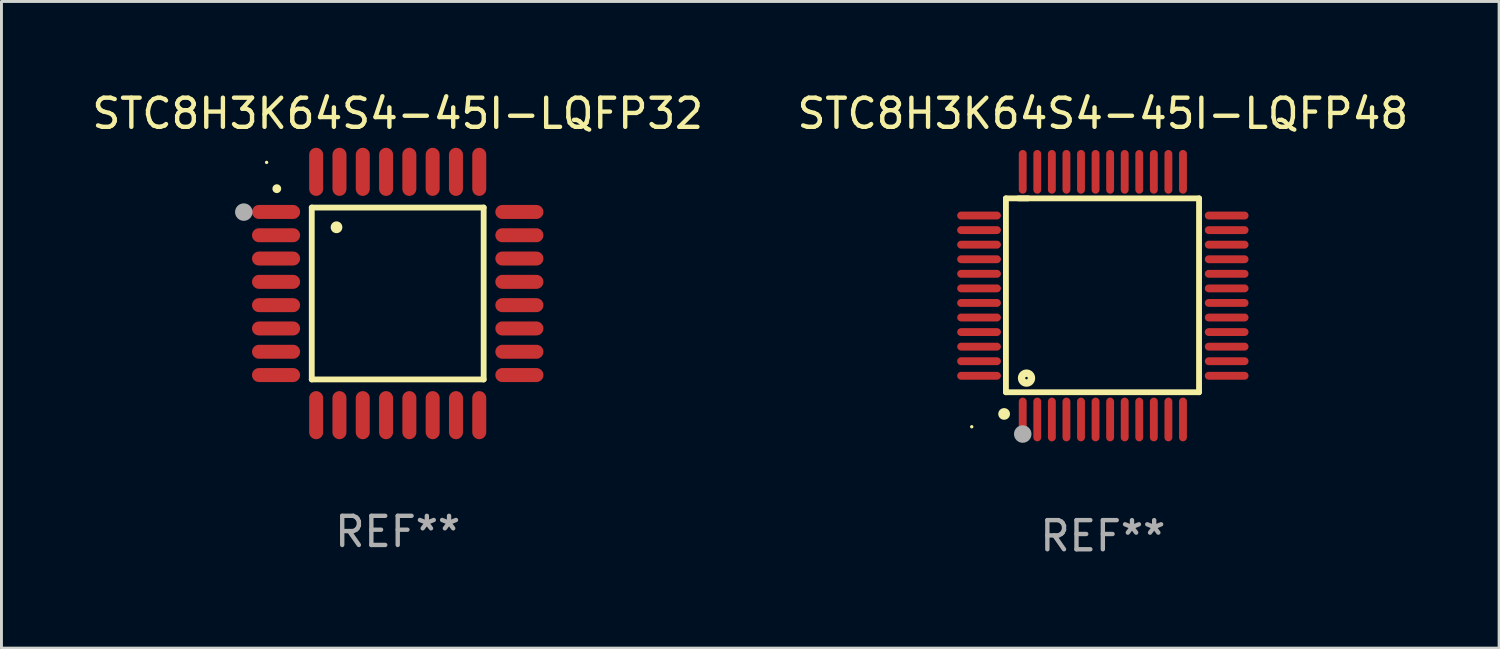
<source format=kicad_pcb>
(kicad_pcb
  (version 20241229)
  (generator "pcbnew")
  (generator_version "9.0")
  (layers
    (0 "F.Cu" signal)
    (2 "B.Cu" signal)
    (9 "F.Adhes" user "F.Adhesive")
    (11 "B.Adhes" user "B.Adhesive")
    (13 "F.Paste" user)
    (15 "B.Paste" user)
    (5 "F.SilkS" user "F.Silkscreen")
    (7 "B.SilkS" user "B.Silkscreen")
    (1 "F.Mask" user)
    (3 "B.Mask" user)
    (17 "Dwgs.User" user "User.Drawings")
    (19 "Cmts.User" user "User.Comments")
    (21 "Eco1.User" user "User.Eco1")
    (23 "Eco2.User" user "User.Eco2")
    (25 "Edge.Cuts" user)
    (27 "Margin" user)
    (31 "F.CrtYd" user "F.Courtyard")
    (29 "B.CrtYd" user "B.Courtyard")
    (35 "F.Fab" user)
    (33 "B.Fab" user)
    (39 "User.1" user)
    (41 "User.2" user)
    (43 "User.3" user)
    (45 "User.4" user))
  (footprint "STC8H3K64S4-45I-LQFP48"
    (layer "F.Cu")
    (at 34.804 7.098)
    (property "Reference" "STC8H3K64S4-45I-LQFP48" (at 0 -6.25 0) (layer "F.SilkS") (effects (font (size 1 1) (thickness 0.15))))
    (attr through_hole)
    (fp_line (start -3.327 -3.34) (end -2.565 -3.34) (stroke (width 0.2) (type solid)) (layer "F.SilkS"))
    (fp_line (start -3.327 3.315) (end -3.327 -3.34) (stroke (width 0.2) (type solid)) (layer "F.SilkS"))
    (fp_line (start -2.896 -3.34) (end 3.302 -3.34) (stroke (width 0.2) (type solid)) (layer "F.SilkS"))
    (fp_line (start 3.302 -3.34) (end 3.302 3.315) (stroke (width 0.2) (type solid)) (layer "F.SilkS"))
    (fp_line (start 3.302 3.315) (end -3.327 3.315) (stroke (width 0.2) (type solid)) (layer "F.SilkS"))
    (fp_arc (start -3.389992 4.059995) (mid -3.388722 4.059991) (end -3.387452 4.059995) (stroke (width 0.4) (type solid)) (layer "F.SilkS"))
    (fp_circle (center -4.5 4.5) (end -4.47 4.5) (stroke (width 0.06) (type solid)) (fill no) (layer "F.SilkS"))
    (fp_circle (center -2.62 2.83) (end -2.45 2.83) (stroke (width 0.254) (type solid)) (fill no) (layer "F.SilkS"))
    (fp_circle (center -2.75 4.75) (end -2.6 4.75) (stroke (width 0.3) (type solid)) (fill no) (layer "F.Fab"))
    (fp_text user "REF**" (at 0 8.25 0) (layer "F.Fab") (effects (font (size 1 1) (thickness 0.15))))
    (pad "1" smd oval (at -2.75 4.25) (size 0.27 1.5) (layers "F.Cu" "F.Mask" "F.Paste"))
    (pad "2" smd oval (at -2.25 4.25) (size 0.27 1.5) (layers "F.Cu" "F.Mask" "F.Paste"))
    (pad "3" smd oval (at -1.75 4.25) (size 0.27 1.5) (layers "F.Cu" "F.Mask" "F.Paste"))
    (pad "4" smd oval (at -1.25 4.25) (size 0.27 1.5) (layers "F.Cu" "F.Mask" "F.Paste"))
    (pad "5" smd oval (at -0.75 4.25) (size 0.27 1.5) (layers "F.Cu" "F.Mask" "F.Paste"))
    (pad "6" smd oval (at -0.25 4.25) (size 0.27 1.5) (layers "F.Cu" "F.Mask" "F.Paste"))
    (pad "7" smd oval (at 0.25 4.25) (size 0.27 1.5) (layers "F.Cu" "F.Mask" "F.Paste"))
    (pad "8" smd oval (at 0.75 4.25) (size 0.27 1.5) (layers "F.Cu" "F.Mask" "F.Paste"))
    (pad "9" smd oval (at 1.25 4.25) (size 0.27 1.5) (layers "F.Cu" "F.Mask" "F.Paste"))
    (pad "10" smd oval (at 1.75 4.25) (size 0.27 1.5) (layers "F.Cu" "F.Mask" "F.Paste"))
    (pad "11" smd oval (at 2.25 4.25) (size 0.27 1.5) (layers "F.Cu" "F.Mask" "F.Paste"))
    (pad "12" smd oval (at 2.75 4.25) (size 0.27 1.5) (layers "F.Cu" "F.Mask" "F.Paste"))
    (pad "13" smd oval (at 4.25 2.75) (size 1.5 0.27) (layers "F.Cu" "F.Mask" "F.Paste"))
    (pad "14" smd oval (at 4.25 2.25) (size 1.5 0.27) (layers "F.Cu" "F.Mask" "F.Paste"))
    (pad "15" smd oval (at 4.25 1.75) (size 1.5 0.27) (layers "F.Cu" "F.Mask" "F.Paste"))
    (pad "16" smd oval (at 4.25 1.25) (size 1.5 0.27) (layers "F.Cu" "F.Mask" "F.Paste"))
    (pad "17" smd oval (at 4.25 0.75) (size 1.5 0.27) (layers "F.Cu" "F.Mask" "F.Paste"))
    (pad "18" smd oval (at 4.25 0.25) (size 1.5 0.27) (layers "F.Cu" "F.Mask" "F.Paste"))
    (pad "19" smd oval (at 4.25 -0.25) (size 1.5 0.27) (layers "F.Cu" "F.Mask" "F.Paste"))
    (pad "20" smd oval (at 4.25 -0.75) (size 1.5 0.27) (layers "F.Cu" "F.Mask" "F.Paste"))
    (pad "21" smd oval (at 4.25 -1.25) (size 1.5 0.27) (layers "F.Cu" "F.Mask" "F.Paste"))
    (pad "22" smd oval (at 4.25 -1.75) (size 1.5 0.27) (layers "F.Cu" "F.Mask" "F.Paste"))
    (pad "23" smd oval (at 4.25 -2.25) (size 1.5 0.27) (layers "F.Cu" "F.Mask" "F.Paste"))
    (pad "24" smd oval (at 4.25 -2.75) (size 1.5 0.27) (layers "F.Cu" "F.Mask" "F.Paste"))
    (pad "25" smd oval (at 2.75 -4.25) (size 0.27 1.5) (layers "F.Cu" "F.Mask" "F.Paste"))
    (pad "26" smd oval (at 2.25 -4.25) (size 0.27 1.5) (layers "F.Cu" "F.Mask" "F.Paste"))
    (pad "27" smd oval (at 1.75 -4.25) (size 0.27 1.5) (layers "F.Cu" "F.Mask" "F.Paste"))
    (pad "28" smd oval (at 1.25 -4.25) (size 0.27 1.5) (layers "F.Cu" "F.Mask" "F.Paste"))
    (pad "29" smd oval (at 0.75 -4.25) (size 0.27 1.5) (layers "F.Cu" "F.Mask" "F.Paste"))
    (pad "30" smd oval (at 0.25 -4.25) (size 0.27 1.5) (layers "F.Cu" "F.Mask" "F.Paste"))
    (pad "31" smd oval (at -0.25 -4.25) (size 0.27 1.5) (layers "F.Cu" "F.Mask" "F.Paste"))
    (pad "32" smd oval (at -0.75 -4.25) (size 0.27 1.5) (layers "F.Cu" "F.Mask" "F.Paste"))
    (pad "33" smd oval (at -1.25 -4.25) (size 0.27 1.5) (layers "F.Cu" "F.Mask" "F.Paste"))
    (pad "34" smd oval (at -1.75 -4.25) (size 0.27 1.5) (layers "F.Cu" "F.Mask" "F.Paste"))
    (pad "35" smd oval (at -2.25 -4.25) (size 0.27 1.5) (layers "F.Cu" "F.Mask" "F.Paste"))
    (pad "36" smd oval (at -2.75 -4.25) (size 0.27 1.5) (layers "F.Cu" "F.Mask" "F.Paste"))
    (pad "37" smd oval (at -4.25 -2.75) (size 1.5 0.27) (layers "F.Cu" "F.Mask" "F.Paste"))
    (pad "38" smd oval (at -4.25 -2.25) (size 1.5 0.27) (layers "F.Cu" "F.Mask" "F.Paste"))
    (pad "39" smd oval (at -4.25 -1.75) (size 1.5 0.27) (layers "F.Cu" "F.Mask" "F.Paste"))
    (pad "40" smd oval (at -4.25 -1.25) (size 1.5 0.27) (layers "F.Cu" "F.Mask" "F.Paste"))
    (pad "41" smd oval (at -4.25 -0.75) (size 1.5 0.27) (layers "F.Cu" "F.Mask" "F.Paste"))
    (pad "42" smd oval (at -4.25 -0.25) (size 1.5 0.27) (layers "F.Cu" "F.Mask" "F.Paste"))
    (pad "43" smd oval (at -4.25 0.25) (size 1.5 0.27) (layers "F.Cu" "F.Mask" "F.Paste"))
    (pad "44" smd oval (at -4.25 0.75) (size 1.5 0.27) (layers "F.Cu" "F.Mask" "F.Paste"))
    (pad "45" smd oval (at -4.25 1.25) (size 1.5 0.27) (layers "F.Cu" "F.Mask" "F.Paste"))
    (pad "46" smd oval (at -4.25 1.75) (size 1.5 0.27) (layers "F.Cu" "F.Mask" "F.Paste"))
    (pad "47" smd oval (at -4.25 2.25) (size 1.5 0.27) (layers "F.Cu" "F.Mask" "F.Paste"))
    (pad "48" smd oval (at -4.25 2.75) (size 1.5 0.27) (layers "F.Cu" "F.Mask" "F.Paste")))
  (footprint "STC8H3K64S4-45I-LQFP32"
    (layer "F.Cu")
    (at 10.601 7.024)
    (property "Reference" "STC8H3K64S4-45I-LQFP32" (at 0 -6.176 0) (layer "F.SilkS") (effects (font (size 1 1) (thickness 0.15))))
    (attr through_hole)
    (fp_line (start -2.95 -2.95) (end -2.95 2.95) (stroke (width 0.2) (type solid)) (layer "F.SilkS"))
    (fp_line (start -2.95 2.95) (end 2.95 2.95) (stroke (width 0.2) (type solid)) (layer "F.SilkS"))
    (fp_line (start 2.95 -2.95) (end -2.95 -2.95) (stroke (width 0.2) (type solid)) (layer "F.SilkS"))
    (fp_line (start 2.95 2.95) (end 2.95 -2.95) (stroke (width 0.2) (type solid)) (layer "F.SilkS"))
    (fp_arc (start -4.150178 -3.596622) (mid -4.150183 -3.597892) (end -4.150178 -3.599162) (stroke (width 0.3) (type solid)) (layer "F.SilkS"))
    (fp_arc (start -2.100394 -2.270739) (mid -2.10041 -2.273279) (end -2.100394 -2.275819) (stroke (width 0.4) (type solid)) (layer "F.SilkS"))
    (fp_circle (center -4.5 -4.5) (end -4.47 -4.5) (stroke (width 0.06) (type solid)) (fill no) (layer "F.SilkS"))
    (fp_circle (center -5.283 -2.794) (end -5.133 -2.794) (stroke (width 0.3) (type solid)) (fill no) (layer "F.Fab"))
    (fp_text user "REF**" (at 0 8.176 0) (layer "F.Fab") (effects (font (size 1 1) (thickness 0.15))))
    (pad "1" smd oval (at -4.176 -2.799 90) (size 0.48 1.65) (layers "F.Cu" "F.Mask" "F.Paste"))
    (pad "2" smd oval (at -4.176 -2 90) (size 0.48 1.65) (layers "F.Cu" "F.Mask" "F.Paste"))
    (pad "3" smd oval (at -4.176 -1.2 90) (size 0.48 1.65) (layers "F.Cu" "F.Mask" "F.Paste"))
    (pad "4" smd oval (at -4.176 -0.4 90) (size 0.48 1.65) (layers "F.Cu" "F.Mask" "F.Paste"))
    (pad "5" smd oval (at -4.176 0.4 90) (size 0.48 1.65) (layers "F.Cu" "F.Mask" "F.Paste"))
    (pad "6" smd oval (at -4.176 1.2 90) (size 0.48 1.65) (layers "F.Cu" "F.Mask" "F.Paste"))
    (pad "7" smd oval (at -4.176 2 90) (size 0.48 1.65) (layers "F.Cu" "F.Mask" "F.Paste"))
    (pad "8" smd oval (at -4.176 2.799 90) (size 0.48 1.65) (layers "F.Cu" "F.Mask" "F.Paste"))
    (pad "9" smd oval (at -2.799 4.176) (size 0.48 1.65) (layers "F.Cu" "F.Mask" "F.Paste"))
    (pad "10" smd oval (at -2 4.176) (size 0.48 1.65) (layers "F.Cu" "F.Mask" "F.Paste"))
    (pad "11" smd oval (at -1.2 4.176) (size 0.48 1.65) (layers "F.Cu" "F.Mask" "F.Paste"))
    (pad "12" smd oval (at -0.4 4.176) (size 0.48 1.65) (layers "F.Cu" "F.Mask" "F.Paste"))
    (pad "13" smd oval (at 0.4 4.176) (size 0.48 1.65) (layers "F.Cu" "F.Mask" "F.Paste"))
    (pad "14" smd oval (at 1.2 4.176) (size 0.48 1.65) (layers "F.Cu" "F.Mask" "F.Paste"))
    (pad "15" smd oval (at 2 4.176) (size 0.48 1.65) (layers "F.Cu" "F.Mask" "F.Paste"))
    (pad "16" smd oval (at 2.799 4.176) (size 0.48 1.65) (layers "F.Cu" "F.Mask" "F.Paste"))
    (pad "17" smd oval (at 4.176 2.799 90) (size 0.48 1.65) (layers "F.Cu" "F.Mask" "F.Paste"))
    (pad "18" smd oval (at 4.176 2 90) (size 0.48 1.65) (layers "F.Cu" "F.Mask" "F.Paste"))
    (pad "19" smd oval (at 4.176 1.2 90) (size 0.48 1.65) (layers "F.Cu" "F.Mask" "F.Paste"))
    (pad "20" smd oval (at 4.176 0.4 90) (size 0.48 1.65) (layers "F.Cu" "F.Mask" "F.Paste"))
    (pad "21" smd oval (at 4.176 -0.4 90) (size 0.48 1.65) (layers "F.Cu" "F.Mask" "F.Paste"))
    (pad "22" smd oval (at 4.176 -1.2 90) (size 0.48 1.65) (layers "F.Cu" "F.Mask" "F.Paste"))
    (pad "23" smd oval (at 4.176 -2 90) (size 0.48 1.65) (layers "F.Cu" "F.Mask" "F.Paste"))
    (pad "24" smd oval (at 4.176 -2.799 90) (size 0.48 1.65) (layers "F.Cu" "F.Mask" "F.Paste"))
    (pad "25" smd oval (at 2.799 -4.176) (size 0.48 1.65) (layers "F.Cu" "F.Mask" "F.Paste"))
    (pad "26" smd oval (at 1.999 -4.176) (size 0.48 1.65) (layers "F.Cu" "F.Mask" "F.Paste"))
    (pad "27" smd oval (at 1.199 -4.176) (size 0.48 1.65) (layers "F.Cu" "F.Mask" "F.Paste"))
    (pad "28" smd oval (at 0.399 -4.176) (size 0.48 1.65) (layers "F.Cu" "F.Mask" "F.Paste"))
    (pad "29" smd oval (at -0.399 -4.176) (size 0.48 1.65) (layers "F.Cu" "F.Mask" "F.Paste"))
    (pad "30" smd oval (at -1.199 -4.176) (size 0.48 1.65) (layers "F.Cu" "F.Mask" "F.Paste"))
    (pad "31" smd oval (at -1.999 -4.176) (size 0.48 1.65) (layers "F.Cu" "F.Mask" "F.Paste"))
    (pad "32" smd oval (at -2.799 -4.176) (size 0.48 1.65) (layers "F.Cu" "F.Mask" "F.Paste")))
  (gr_rect
    (start -3 -3)
    (end 48.405 19.196)
    (stroke (width 0.1) (type default))
    (fill no)
    (layer "Edge.Cuts")))
</source>
